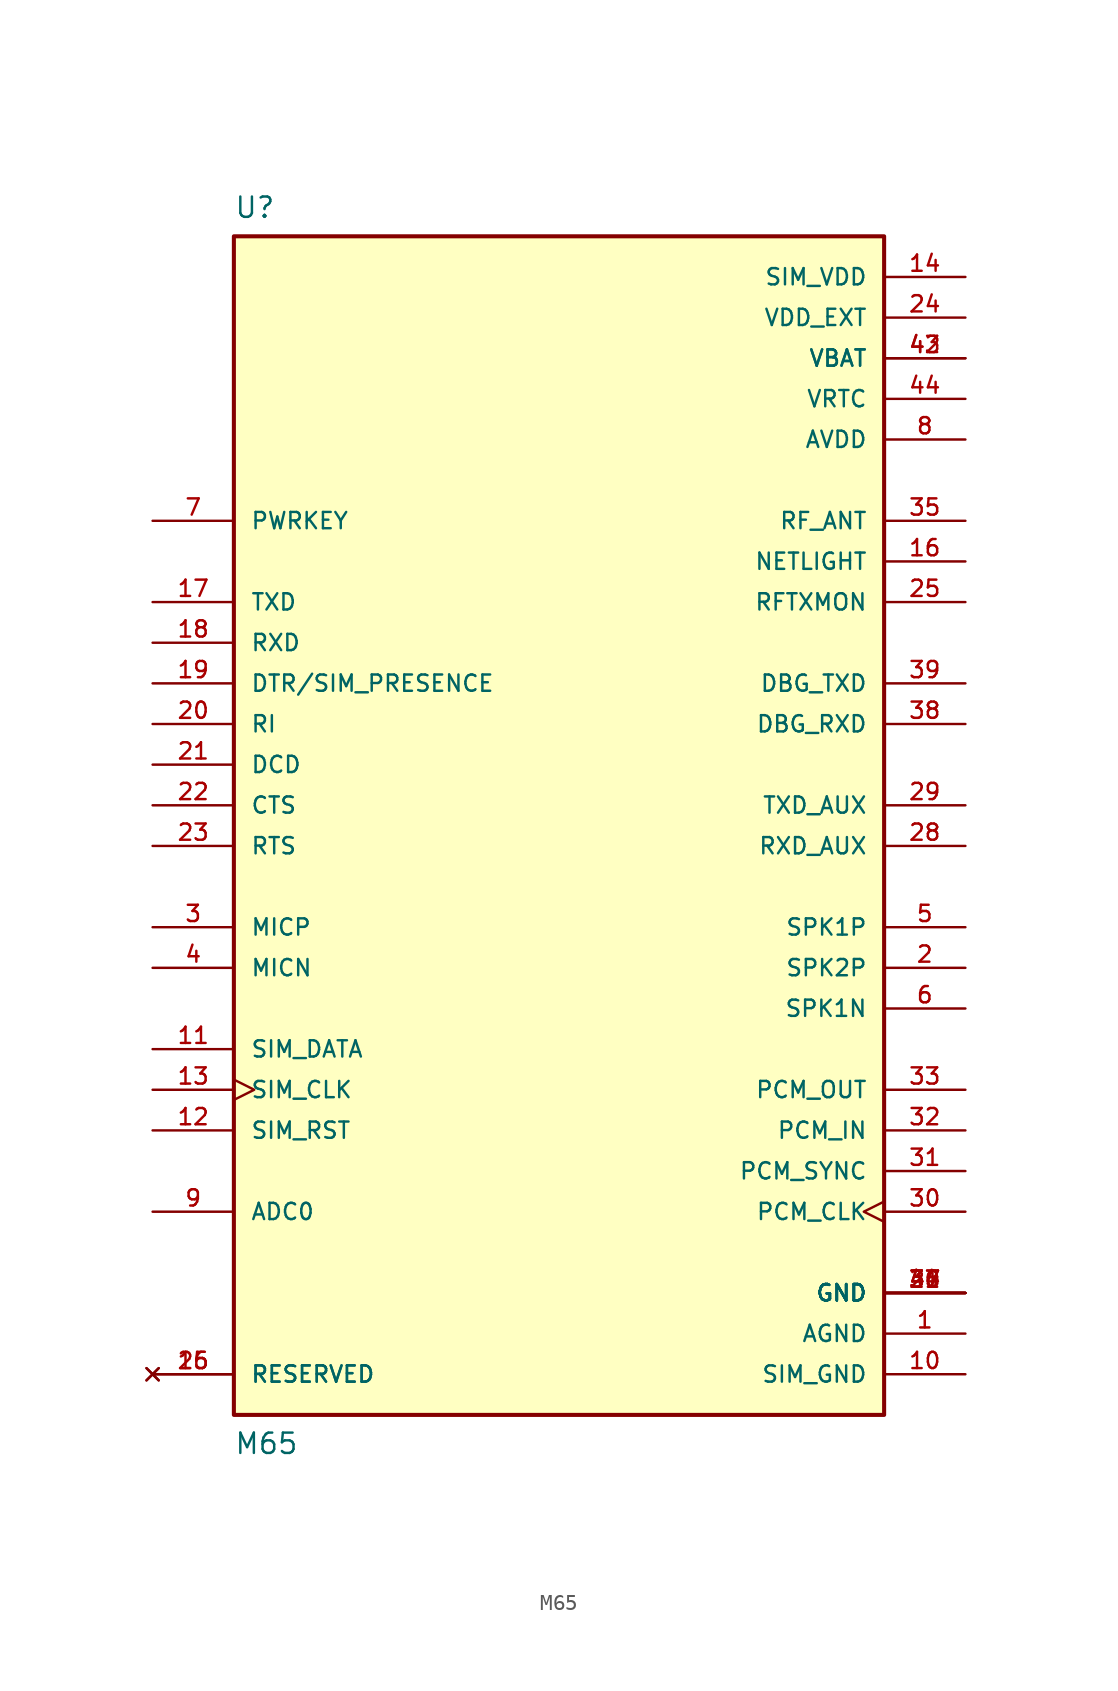
<source format=kicad_sym>
(kicad_symbol_lib
  (version 20211014)
  (generator kicad_symbol_editor)
  (symbol "M65"
    (pin_names
      (offset 1.016))
    (property "Reference" "U"
      (at -20.32 40.64 0)
      (effects (font (size 1.27 1.27)) (justify top left)))
    (property "Value" "M65"
      (at -20.32 -38.1 0)
      (effects (font (size 1.27 1.27)) (justify bottom left)))
    (symbol "M65_0_0"
      (rectangle (start -20.32 -35.56) (end 20.32 38.1) (stroke (width 0.254)) (fill (type background)))
      (pin power_in line (at 25.4 -30.48 180.0) (length 5.08) (name "AGND" (effects (font (size 1.016 1.016)))) (number "1" (effects (font (size 1.016 1.016)))))
      (pin output line (at 25.4 -7.62 180.0) (length 5.08) (name "SPK2P" (effects (font (size 1.016 1.016)))) (number "2" (effects (font (size 1.016 1.016)))))
      (pin input line (at -25.4 -5.08 0) (length 5.08) (name "MICP" (effects (font (size 1.016 1.016)))) (number "3" (effects (font (size 1.016 1.016)))))
      (pin input line (at -25.4 -7.62 0) (length 5.08) (name "MICN" (effects (font (size 1.016 1.016)))) (number "4" (effects (font (size 1.016 1.016)))))
      (pin output line (at 25.4 -5.08 180.0) (length 5.08) (name "SPK1P" (effects (font (size 1.016 1.016)))) (number "5" (effects (font (size 1.016 1.016)))))
      (pin output line (at 25.4 -10.16 180.0) (length 5.08) (name "SPK1N" (effects (font (size 1.016 1.016)))) (number "6" (effects (font (size 1.016 1.016)))))
      (pin input line (at -25.4 20.32 0) (length 5.08) (name "PWRKEY" (effects (font (size 1.016 1.016)))) (number "7" (effects (font (size 1.016 1.016)))))
      (pin power_in line (at 25.4 25.4 180.0) (length 5.08) (name "AVDD" (effects (font (size 1.016 1.016)))) (number "8" (effects (font (size 1.016 1.016)))))
      (pin input line (at -25.4 -22.86 0) (length 5.08) (name "ADC0" (effects (font (size 1.016 1.016)))) (number "9" (effects (font (size 1.016 1.016)))))
      (pin power_in line (at 25.4 -33.02 180.0) (length 5.08) (name "SIM_GND" (effects (font (size 1.016 1.016)))) (number "10" (effects (font (size 1.016 1.016)))))
      (pin bidirectional line (at -25.4 -12.7 0) (length 5.08) (name "SIM_DATA" (effects (font (size 1.016 1.016)))) (number "11" (effects (font (size 1.016 1.016)))))
      (pin output line (at -25.4 -17.78 0) (length 5.08) (name "SIM_RST" (effects (font (size 1.016 1.016)))) (number "12" (effects (font (size 1.016 1.016)))))
      (pin output clock (at -25.4 -15.24 0) (length 5.08) (name "SIM_CLK" (effects (font (size 1.016 1.016)))) (number "13" (effects (font (size 1.016 1.016)))))
      (pin power_in line (at 25.4 35.56 180.0) (length 5.08) (name "SIM_VDD" (effects (font (size 1.016 1.016)))) (number "14" (effects (font (size 1.016 1.016)))))
      (pin no_connect line (at -25.4 -33.02 0) (length 5.08) (name "RESERVED" (effects (font (size 1.016 1.016)))) (number "15" (effects (font (size 1.016 1.016)))))
      (pin no_connect line (at -25.4 -33.02 0) (length 5.08) (name "RESERVED" (effects (font (size 1.016 1.016)))) (number "26" (effects (font (size 1.016 1.016)))))
      (pin output line (at 25.4 17.78 180.0) (length 5.08) (name "NETLIGHT" (effects (font (size 1.016 1.016)))) (number "16" (effects (font (size 1.016 1.016)))))
      (pin output line (at -25.4 15.24 0) (length 5.08) (name "TXD" (effects (font (size 1.016 1.016)))) (number "17" (effects (font (size 1.016 1.016)))))
      (pin input line (at -25.4 12.7 0) (length 5.08) (name "RXD" (effects (font (size 1.016 1.016)))) (number "18" (effects (font (size 1.016 1.016)))))
      (pin input line (at -25.4 10.16 0) (length 5.08) (name "DTR/SIM_PRESENCE" (effects (font (size 1.016 1.016)))) (number "19" (effects (font (size 1.016 1.016)))))
      (pin output line (at -25.4 7.62 0) (length 5.08) (name "RI" (effects (font (size 1.016 1.016)))) (number "20" (effects (font (size 1.016 1.016)))))
      (pin output line (at -25.4 5.08 0) (length 5.08) (name "DCD" (effects (font (size 1.016 1.016)))) (number "21" (effects (font (size 1.016 1.016)))))
      (pin output line (at -25.4 2.54 0) (length 5.08) (name "CTS" (effects (font (size 1.016 1.016)))) (number "22" (effects (font (size 1.016 1.016)))))
      (pin input line (at -25.4 0.0 0) (length 5.08) (name "RTS" (effects (font (size 1.016 1.016)))) (number "23" (effects (font (size 1.016 1.016)))))
      (pin power_in line (at 25.4 33.02 180.0) (length 5.08) (name "VDD_EXT" (effects (font (size 1.016 1.016)))) (number "24" (effects (font (size 1.016 1.016)))))
      (pin output line (at 25.4 15.24 180.0) (length 5.08) (name "RFTXMON" (effects (font (size 1.016 1.016)))) (number "25" (effects (font (size 1.016 1.016)))))
      (pin power_in line (at 25.4 -27.94 180.0) (length 5.08) (name "GND" (effects (font (size 1.016 1.016)))) (number "27" (effects (font (size 1.016 1.016)))))
      (pin power_in line (at 25.4 -27.94 180.0) (length 5.08) (name "GND" (effects (font (size 1.016 1.016)))) (number "34" (effects (font (size 1.016 1.016)))))
      (pin power_in line (at 25.4 -27.94 180.0) (length 5.08) (name "GND" (effects (font (size 1.016 1.016)))) (number "36" (effects (font (size 1.016 1.016)))))
      (pin power_in line (at 25.4 -27.94 180.0) (length 5.08) (name "GND" (effects (font (size 1.016 1.016)))) (number "37" (effects (font (size 1.016 1.016)))))
      (pin power_in line (at 25.4 -27.94 180.0) (length 5.08) (name "GND" (effects (font (size 1.016 1.016)))) (number "40" (effects (font (size 1.016 1.016)))))
      (pin power_in line (at 25.4 -27.94 180.0) (length 5.08) (name "GND" (effects (font (size 1.016 1.016)))) (number "41" (effects (font (size 1.016 1.016)))))
      (pin input line (at 25.4 0.0 180.0) (length 5.08) (name "RXD_AUX" (effects (font (size 1.016 1.016)))) (number "28" (effects (font (size 1.016 1.016)))))
      (pin output line (at 25.4 2.54 180.0) (length 5.08) (name "TXD_AUX" (effects (font (size 1.016 1.016)))) (number "29" (effects (font (size 1.016 1.016)))))
      (pin output clock (at 25.4 -22.86 180.0) (length 5.08) (name "PCM_CLK" (effects (font (size 1.016 1.016)))) (number "30" (effects (font (size 1.016 1.016)))))
      (pin output line (at 25.4 -20.32 180.0) (length 5.08) (name "PCM_SYNC" (effects (font (size 1.016 1.016)))) (number "31" (effects (font (size 1.016 1.016)))))
      (pin input line (at 25.4 -17.78 180.0) (length 5.08) (name "PCM_IN" (effects (font (size 1.016 1.016)))) (number "32" (effects (font (size 1.016 1.016)))))
      (pin output line (at 25.4 -15.24 180.0) (length 5.08) (name "PCM_OUT" (effects (font (size 1.016 1.016)))) (number "33" (effects (font (size 1.016 1.016)))))
      (pin bidirectional line (at 25.4 20.32 180.0) (length 5.08) (name "RF_ANT" (effects (font (size 1.016 1.016)))) (number "35" (effects (font (size 1.016 1.016)))))
      (pin input line (at 25.4 7.62 180.0) (length 5.08) (name "DBG_RXD" (effects (font (size 1.016 1.016)))) (number "38" (effects (font (size 1.016 1.016)))))
      (pin output line (at 25.4 10.16 180.0) (length 5.08) (name "DBG_TXD" (effects (font (size 1.016 1.016)))) (number "39" (effects (font (size 1.016 1.016)))))
      (pin power_in line (at 25.4 30.48 180.0) (length 5.08) (name "VBAT" (effects (font (size 1.016 1.016)))) (number "42" (effects (font (size 1.016 1.016)))))
      (pin power_in line (at 25.4 30.48 180.0) (length 5.08) (name "VBAT" (effects (font (size 1.016 1.016)))) (number "43" (effects (font (size 1.016 1.016)))))
      (pin power_in line (at 25.4 27.94 180.0) (length 5.08) (name "VRTC" (effects (font (size 1.016 1.016)))) (number "44" (effects (font (size 1.016 1.016))))))))
</source>
